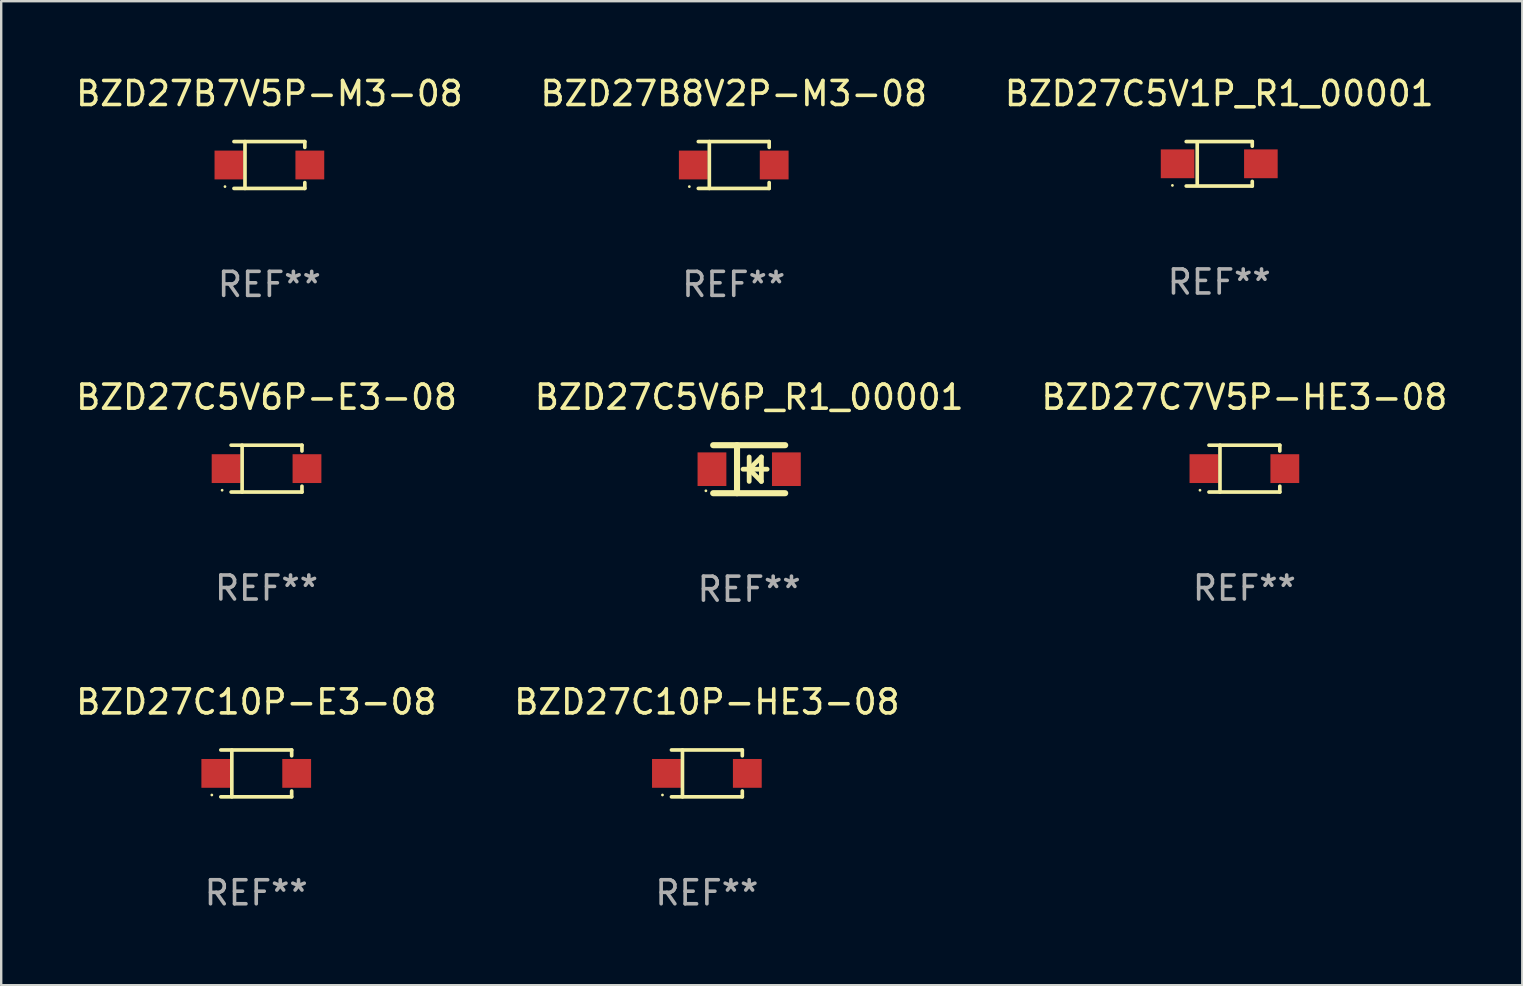
<source format=kicad_pcb>
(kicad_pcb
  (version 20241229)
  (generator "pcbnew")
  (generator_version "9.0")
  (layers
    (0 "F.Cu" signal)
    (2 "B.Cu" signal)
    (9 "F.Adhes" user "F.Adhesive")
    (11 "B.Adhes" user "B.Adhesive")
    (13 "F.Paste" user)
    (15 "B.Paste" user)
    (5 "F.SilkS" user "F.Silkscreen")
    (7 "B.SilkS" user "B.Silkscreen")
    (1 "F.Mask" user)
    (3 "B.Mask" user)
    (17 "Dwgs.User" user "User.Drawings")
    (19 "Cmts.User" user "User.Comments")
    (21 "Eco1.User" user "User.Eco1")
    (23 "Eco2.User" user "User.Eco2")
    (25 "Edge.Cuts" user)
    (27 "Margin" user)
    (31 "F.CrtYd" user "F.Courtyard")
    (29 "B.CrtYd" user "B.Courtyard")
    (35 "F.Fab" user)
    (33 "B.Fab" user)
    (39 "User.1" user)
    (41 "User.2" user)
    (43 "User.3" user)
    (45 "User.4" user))
  (footprint "BZD27C10P-HE3-08"
    (layer "F.Cu")
    (at 26.399 29.17)
    (property "Reference" "BZD27C10P-HE3-08" (at 0 -2.976 0) (layer "F.SilkS") (effects (font (size 1 1) (thickness 0.15))))
    (attr through_hole)
    (fp_line (start -1.476 -0.976) (end 1.476 -0.976) (stroke (width 0.152) (type solid)) (layer "F.SilkS"))
    (fp_line (start -1.476 0.976) (end 1.476 0.976) (stroke (width 0.152) (type solid)) (layer "F.SilkS"))
    (fp_line (start -1.017 -0.976) (end -1.017 0.976) (stroke (width 0.152) (type solid)) (layer "F.SilkS"))
    (fp_line (start 1.476 -0.976) (end 1.476 -0.733) (stroke (width 0.152) (type solid)) (layer "F.SilkS"))
    (fp_line (start 1.476 0.976) (end 1.476 0.733) (stroke (width 0.152) (type solid)) (layer "F.SilkS"))
    (fp_circle (center -1.85 0.9) (end -1.82 0.9) (stroke (width 0.06) (type solid)) (fill no) (layer "F.SilkS"))
    (fp_text user "REF**" (at 0 4.976 0) (layer "F.Fab") (effects (font (size 1 1) (thickness 0.15))))
    (pad "1" smd rect (at -1.685 0) (size 1.2 1.2) (layers "F.Cu" "F.Mask" "F.Paste"))
    (pad "2" smd rect (at 1.685 0) (size 1.2 1.2) (layers "F.Cu" "F.Mask" "F.Paste")))
  (footprint "BZD27C7V5P-HE3-08"
    (layer "F.Cu")
    (at 48.792 16.473)
    (property "Reference" "BZD27C7V5P-HE3-08" (at 0 -2.976 0) (layer "F.SilkS") (effects (font (size 1 1) (thickness 0.15))))
    (attr through_hole)
    (fp_line (start -1.476 -0.976) (end 1.476 -0.976) (stroke (width 0.152) (type solid)) (layer "F.SilkS"))
    (fp_line (start -1.476 0.976) (end 1.476 0.976) (stroke (width 0.152) (type solid)) (layer "F.SilkS"))
    (fp_line (start -1.017 -0.976) (end -1.017 0.976) (stroke (width 0.152) (type solid)) (layer "F.SilkS"))
    (fp_line (start 1.476 -0.976) (end 1.476 -0.733) (stroke (width 0.152) (type solid)) (layer "F.SilkS"))
    (fp_line (start 1.476 0.976) (end 1.476 0.733) (stroke (width 0.152) (type solid)) (layer "F.SilkS"))
    (fp_circle (center -1.85 0.9) (end -1.82 0.9) (stroke (width 0.06) (type solid)) (fill no) (layer "F.SilkS"))
    (fp_text user "REF**" (at 0 4.976 0) (layer "F.Fab") (effects (font (size 1 1) (thickness 0.15))))
    (pad "1" smd rect (at -1.685 0) (size 1.2 1.2) (layers "F.Cu" "F.Mask" "F.Paste"))
    (pad "2" smd rect (at 1.685 0) (size 1.2 1.2) (layers "F.Cu" "F.Mask" "F.Paste")))
  (footprint "BZD27B8V2P-M3-08"
    (layer "F.Cu")
    (at 27.518 3.824)
    (property "Reference" "BZD27B8V2P-M3-08" (at 0 -2.976 0) (layer "F.SilkS") (effects (font (size 1 1) (thickness 0.15))))
    (attr through_hole)
    (fp_line (start -1.476 -0.976) (end 1.476 -0.976) (stroke (width 0.152) (type solid)) (layer "F.SilkS"))
    (fp_line (start -1.476 0.976) (end 1.476 0.976) (stroke (width 0.152) (type solid)) (layer "F.SilkS"))
    (fp_line (start -1.017 -0.976) (end -1.017 0.976) (stroke (width 0.152) (type solid)) (layer "F.SilkS"))
    (fp_line (start 1.476 -0.976) (end 1.476 -0.733) (stroke (width 0.152) (type solid)) (layer "F.SilkS"))
    (fp_line (start 1.476 0.976) (end 1.476 0.733) (stroke (width 0.152) (type solid)) (layer "F.SilkS"))
    (fp_circle (center -1.85 0.9) (end -1.82 0.9) (stroke (width 0.06) (type solid)) (fill no) (layer "F.SilkS"))
    (fp_text user "REF**" (at 0 4.976 0) (layer "F.Fab") (effects (font (size 1 1) (thickness 0.15))))
    (pad "1" smd rect (at -1.685 0) (size 1.2 1.2) (layers "F.Cu" "F.Mask" "F.Paste"))
    (pad "2" smd rect (at 1.685 0) (size 1.2 1.2) (layers "F.Cu" "F.Mask" "F.Paste")))
  (footprint "BZD27C5V1P_R1_00001"
    (layer "F.Cu")
    (at 47.744 3.774)
    (property "Reference" "BZD27C5V1P_R1_00001" (at 0 -2.926 0) (layer "F.SilkS") (effects (font (size 1 1) (thickness 0.15))))
    (attr through_hole)
    (fp_line (start -1.376 -0.926) (end 1.376 -0.926) (stroke (width 0.152) (type solid)) (layer "F.SilkS"))
    (fp_line (start -1.376 0.926) (end 1.376 0.926) (stroke (width 0.152) (type solid)) (layer "F.SilkS"))
    (fp_line (start -0.917 -0.876) (end -0.917 0.876) (stroke (width 0.152) (type solid)) (layer "F.SilkS"))
    (fp_line (start 1.376 -0.926) (end 1.376 -0.733) (stroke (width 0.152) (type solid)) (layer "F.SilkS"))
    (fp_line (start 1.376 0.926) (end 1.376 0.733) (stroke (width 0.152) (type solid)) (layer "F.SilkS"))
    (fp_circle (center -1.95 0.9) (end -1.92 0.9) (stroke (width 0.06) (type solid)) (fill no) (layer "F.SilkS"))
    (fp_text user "REF**" (at 0 4.926 0) (layer "F.Fab") (effects (font (size 1 1) (thickness 0.15))))
    (pad "1" smd rect (at -1.735 0) (size 1.4 1.2) (layers "F.Cu" "F.Mask" "F.Paste"))
    (pad "2" smd rect (at 1.735 0) (size 1.4 1.2) (layers "F.Cu" "F.Mask" "F.Paste")))
  (footprint "BZD27C5V6P-E3-08"
    (layer "F.Cu")
    (at 8.054 16.473)
    (property "Reference" "BZD27C5V6P-E3-08" (at 0 -2.976 0) (layer "F.SilkS") (effects (font (size 1 1) (thickness 0.15))))
    (attr through_hole)
    (fp_line (start -1.476 -0.976) (end 1.476 -0.976) (stroke (width 0.152) (type solid)) (layer "F.SilkS"))
    (fp_line (start -1.476 0.976) (end 1.476 0.976) (stroke (width 0.152) (type solid)) (layer "F.SilkS"))
    (fp_line (start -1.017 -0.976) (end -1.017 0.976) (stroke (width 0.152) (type solid)) (layer "F.SilkS"))
    (fp_line (start 1.476 -0.976) (end 1.476 -0.733) (stroke (width 0.152) (type solid)) (layer "F.SilkS"))
    (fp_line (start 1.476 0.976) (end 1.476 0.733) (stroke (width 0.152) (type solid)) (layer "F.SilkS"))
    (fp_circle (center -1.85 0.9) (end -1.82 0.9) (stroke (width 0.06) (type solid)) (fill no) (layer "F.SilkS"))
    (fp_text user "REF**" (at 0 4.976 0) (layer "F.Fab") (effects (font (size 1 1) (thickness 0.15))))
    (pad "1" smd rect (at -1.685 0) (size 1.2 1.2) (layers "F.Cu" "F.Mask" "F.Paste"))
    (pad "2" smd rect (at 1.685 0) (size 1.2 1.2) (layers "F.Cu" "F.Mask" "F.Paste")))
  (footprint "BZD27B7V5P-M3-08"
    (layer "F.Cu")
    (at 8.173 3.824)
    (property "Reference" "BZD27B7V5P-M3-08" (at 0 -2.976 0) (layer "F.SilkS") (effects (font (size 1 1) (thickness 0.15))))
    (attr through_hole)
    (fp_line (start -1.476 -0.976) (end 1.476 -0.976) (stroke (width 0.152) (type solid)) (layer "F.SilkS"))
    (fp_line (start -1.476 0.976) (end 1.476 0.976) (stroke (width 0.152) (type solid)) (layer "F.SilkS"))
    (fp_line (start -1.017 -0.976) (end -1.017 0.976) (stroke (width 0.152) (type solid)) (layer "F.SilkS"))
    (fp_line (start 1.476 -0.976) (end 1.476 -0.733) (stroke (width 0.152) (type solid)) (layer "F.SilkS"))
    (fp_line (start 1.476 0.976) (end 1.476 0.733) (stroke (width 0.152) (type solid)) (layer "F.SilkS"))
    (fp_circle (center -1.85 0.9) (end -1.82 0.9) (stroke (width 0.06) (type solid)) (fill no) (layer "F.SilkS"))
    (fp_text user "REF**" (at 0 4.976 0) (layer "F.Fab") (effects (font (size 1 1) (thickness 0.15))))
    (pad "1" smd rect (at -1.685 0) (size 1.2 1.2) (layers "F.Cu" "F.Mask" "F.Paste"))
    (pad "2" smd rect (at 1.685 0) (size 1.2 1.2) (layers "F.Cu" "F.Mask" "F.Paste")))
  (footprint "BZD27C10P-E3-08"
    (layer "F.Cu")
    (at 7.625 29.17)
    (property "Reference" "BZD27C10P-E3-08" (at 0 -2.976 0) (layer "F.SilkS") (effects (font (size 1 1) (thickness 0.15))))
    (attr through_hole)
    (fp_line (start -1.476 -0.976) (end 1.476 -0.976) (stroke (width 0.152) (type solid)) (layer "F.SilkS"))
    (fp_line (start -1.476 0.976) (end 1.476 0.976) (stroke (width 0.152) (type solid)) (layer "F.SilkS"))
    (fp_line (start -1.017 -0.976) (end -1.017 0.976) (stroke (width 0.152) (type solid)) (layer "F.SilkS"))
    (fp_line (start 1.476 -0.976) (end 1.476 -0.733) (stroke (width 0.152) (type solid)) (layer "F.SilkS"))
    (fp_line (start 1.476 0.976) (end 1.476 0.733) (stroke (width 0.152) (type solid)) (layer "F.SilkS"))
    (fp_circle (center -1.85 0.9) (end -1.82 0.9) (stroke (width 0.06) (type solid)) (fill no) (layer "F.SilkS"))
    (fp_text user "REF**" (at 0 4.976 0) (layer "F.Fab") (effects (font (size 1 1) (thickness 0.15))))
    (pad "1" smd rect (at -1.685 0) (size 1.2 1.2) (layers "F.Cu" "F.Mask" "F.Paste"))
    (pad "2" smd rect (at 1.685 0) (size 1.2 1.2) (layers "F.Cu" "F.Mask" "F.Paste")))
  (footprint "BZD27C5V6P_R1_00001"
    (layer "F.Cu")
    (at 28.161 16.497)
    (property "Reference" "BZD27C5V6P_R1_00001" (at 0 -3 0) (layer "F.SilkS") (effects (font (size 1 1) (thickness 0.15))))
    (attr through_hole)
    (fp_line (start -1.5 -1) (end 1.5 -1) (stroke (width 0.254) (type solid)) (layer "F.SilkS"))
    (fp_line (start -1.5 1) (end 1.5 1) (stroke (width 0.254) (type solid)) (layer "F.SilkS"))
    (fp_line (start -0.506 -1) (end -0.506 1) (stroke (width 0.254) (type solid)) (layer "F.SilkS"))
    (fp_line (start -0.254 0) (end 0.746 0) (stroke (width 0.2) (type solid)) (layer "F.SilkS"))
    (fp_line (start 0.000102 -0.508) (end 0.000102 0.508) (stroke (width 0.2) (type solid)) (layer "F.SilkS"))
    (fp_line (start 0.000102 0) (end 0.508 -0.508) (stroke (width 0.2) (type solid)) (layer "F.SilkS"))
    (fp_line (start 0.508 -0.508) (end 0.508 0.508) (stroke (width 0.2) (type solid)) (layer "F.SilkS"))
    (fp_line (start 0.508 0.508) (end 0.000102 0) (stroke (width 0.2) (type solid)) (layer "F.SilkS"))
    (fp_circle (center -1.803 0.9) (end -1.773 0.9) (stroke (width 0.06) (type solid)) (fill no) (layer "F.SilkS"))
    (fp_text user "REF**" (at 0 5 0) (layer "F.Fab") (effects (font (size 1 1) (thickness 0.15))))
    (pad "1" smd rect (at -1.55 0) (size 1.2 1.4) (layers "F.Cu" "F.Mask" "F.Paste"))
    (pad "2" smd rect (at 1.55 0) (size 1.2 1.4) (layers "F.Cu" "F.Mask" "F.Paste")))
  (gr_rect
    (start -3 -3)
    (end 60.369 37.994)
    (stroke (width 0.1) (type default))
    (fill no)
    (layer "Edge.Cuts")))
</source>
